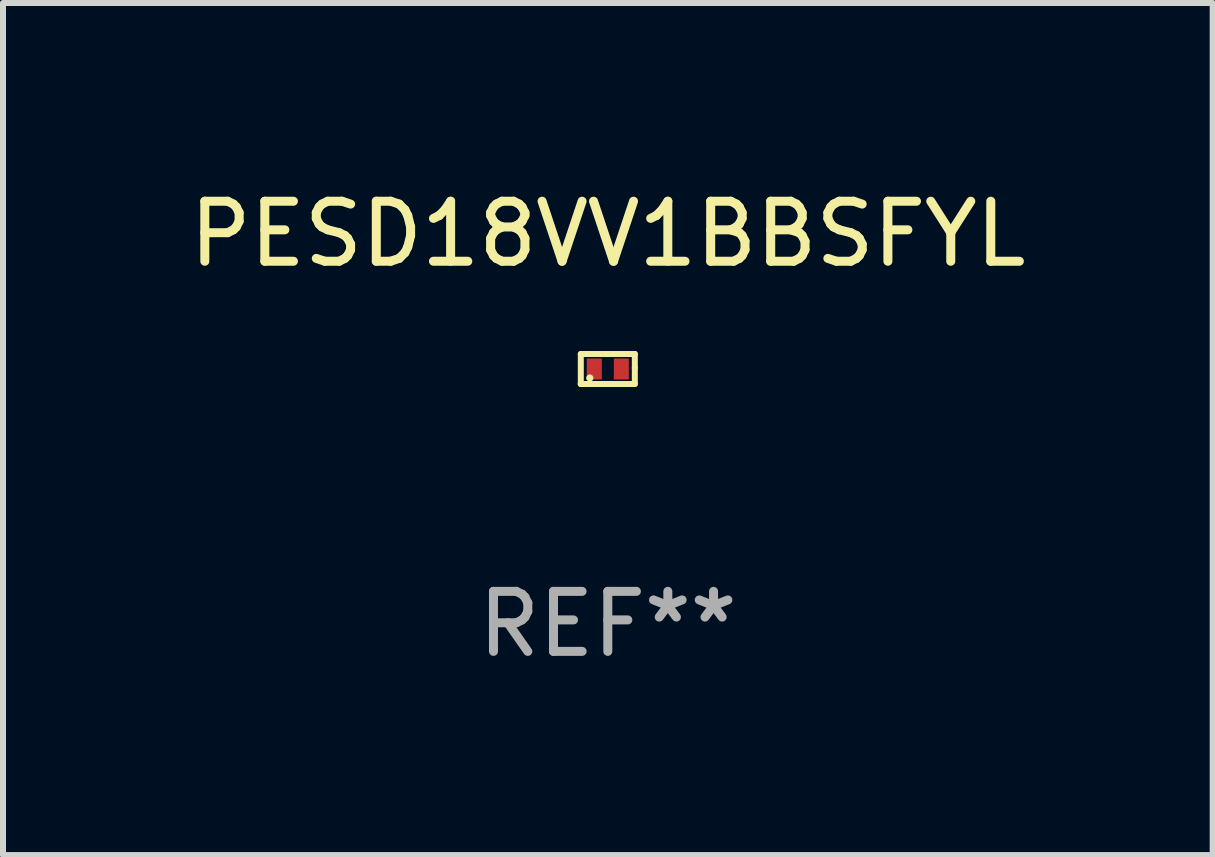
<source format=kicad_pcb>
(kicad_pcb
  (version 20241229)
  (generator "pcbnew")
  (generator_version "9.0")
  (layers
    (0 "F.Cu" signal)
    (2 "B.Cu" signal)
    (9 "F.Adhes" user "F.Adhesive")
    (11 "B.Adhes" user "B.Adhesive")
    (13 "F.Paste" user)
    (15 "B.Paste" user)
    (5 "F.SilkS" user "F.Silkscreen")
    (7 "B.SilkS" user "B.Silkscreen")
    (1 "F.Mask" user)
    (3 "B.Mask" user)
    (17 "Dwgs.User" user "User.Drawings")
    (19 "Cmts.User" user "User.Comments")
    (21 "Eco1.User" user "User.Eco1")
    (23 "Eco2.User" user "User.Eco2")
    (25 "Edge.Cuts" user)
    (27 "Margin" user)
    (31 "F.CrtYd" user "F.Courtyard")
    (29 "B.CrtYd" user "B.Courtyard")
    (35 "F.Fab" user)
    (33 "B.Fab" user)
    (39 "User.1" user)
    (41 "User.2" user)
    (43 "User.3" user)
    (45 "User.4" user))
  (footprint "PESD18VV1BBSFYL"
    (layer "F.Cu")
    (at 7.077 3.098)
    (property "Reference" "PESD18VV1BBSFYL" (at 0 -2.25 0) (layer "F.SilkS") (effects (font (size 1 1) (thickness 0.15))))
    (attr through_hole)
    (fp_line (start -0.45 -0.25) (end -0.45 0.25) (stroke (width 0.1) (type solid)) (layer "F.SilkS"))
    (fp_line (start -0.45 0.25) (end -0.45 0.25) (stroke (width 0.1) (type solid)) (layer "F.SilkS"))
    (fp_line (start -0.4 -0.25) (end -0.45 -0.25) (stroke (width 0.1) (type solid)) (layer "F.SilkS"))
    (fp_line (start -0.4 -0.25) (end 0.4 -0.25) (stroke (width 0.1) (type solid)) (layer "F.SilkS"))
    (fp_line (start -0.4 0.25) (end -0.45 0.25) (stroke (width 0.1) (type solid)) (layer "F.SilkS"))
    (fp_line (start -0.4 0.25) (end 0.4 0.25) (stroke (width 0.1) (type solid)) (layer "F.SilkS"))
    (fp_line (start 0.4 -0.25) (end 0.45 -0.25) (stroke (width 0.1) (type solid)) (layer "F.SilkS"))
    (fp_line (start 0.4 0.25) (end 0.4 0.25) (stroke (width 0.1) (type solid)) (layer "F.SilkS"))
    (fp_line (start 0.45 -0.25) (end 0.45 -0.018) (stroke (width 0.1) (type solid)) (layer "F.SilkS"))
    (fp_line (start 0.45 -0.018) (end 0.45 0.25) (stroke (width 0.1) (type solid)) (layer "F.SilkS"))
    (fp_line (start 0.45 0.25) (end 0.4 0.25) (stroke (width 0.1) (type solid)) (layer "F.SilkS"))
    (fp_circle (center -0.3 0.15) (end -0.27 0.15) (stroke (width 0.06) (type solid)) (fill no) (layer "F.SilkS"))
    (fp_text user "REF**" (at 0 4.25 0) (layer "F.Fab") (effects (font (size 1 1) (thickness 0.15))))
    (pad "1" smd rect (at -0.225 0) (size 0.25 0.35) (layers "F.Cu" "F.Mask" "F.Paste"))
    (pad "2" smd rect (at 0.225 0) (size 0.25 0.35) (layers "F.Cu" "F.Mask" "F.Paste")))
  (gr_rect
    (start -3 -3)
    (end 17.155 11.197)
    (stroke (width 0.1) (type default))
    (fill no)
    (layer "Edge.Cuts")))
</source>
